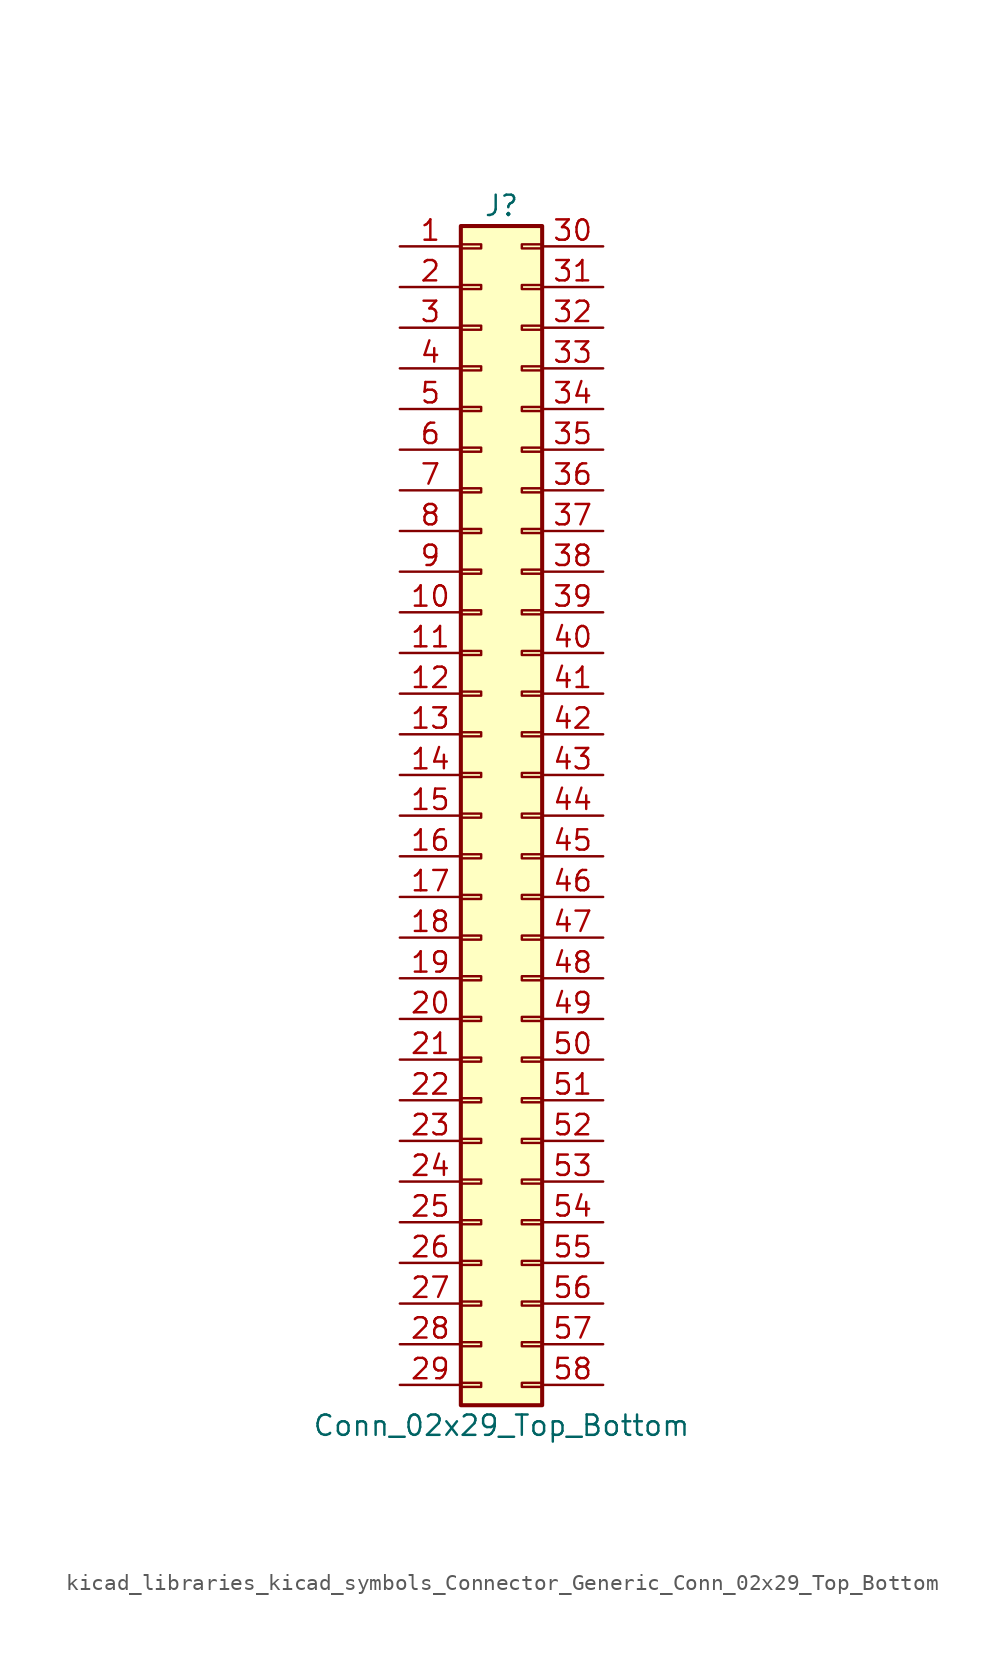
<source format=kicad_sym>
(kicad_symbol_lib
  (version 20220914)
  (generator kicad_symbol_editor)
  (symbol "kicad_libraries_kicad_symbols_Connector_Generic_Conn_02x29_Top_Bottom"
    (pin_names
      (offset 1.016) hide)
    (property "Reference" "J"
      (at 1.27 38.1 0)
      (effects (font (size 1.27 1.27))))
    (property "Value" "Conn_02x29_Top_Bottom"
      (at 1.27 -38.1 0)
      (effects (font (size 1.27 1.27))))
    (symbol "kicad_libraries_kicad_symbols_Connector_Generic_Conn_02x29_Top_Bottom_1_1"
      (rectangle (start -1.27 -35.433) (end 0 -35.687) (stroke (width 0.152) (type default)) (fill (type none)))
      (rectangle (start -1.27 -32.893) (end 0 -33.147) (stroke (width 0.152) (type default)) (fill (type none)))
      (rectangle (start -1.27 -30.353) (end 0 -30.607) (stroke (width 0.152) (type default)) (fill (type none)))
      (rectangle (start -1.27 -27.813) (end 0 -28.067) (stroke (width 0.152) (type default)) (fill (type none)))
      (rectangle (start -1.27 -25.273) (end 0 -25.527) (stroke (width 0.152) (type default)) (fill (type none)))
      (rectangle (start -1.27 -22.733) (end 0 -22.987) (stroke (width 0.152) (type default)) (fill (type none)))
      (rectangle (start -1.27 -20.193) (end 0 -20.447) (stroke (width 0.152) (type default)) (fill (type none)))
      (rectangle (start -1.27 -17.653) (end 0 -17.907) (stroke (width 0.152) (type default)) (fill (type none)))
      (rectangle (start -1.27 -15.113) (end 0 -15.367) (stroke (width 0.152) (type default)) (fill (type none)))
      (rectangle (start -1.27 -12.573) (end 0 -12.827) (stroke (width 0.152) (type default)) (fill (type none)))
      (rectangle (start -1.27 -10.033) (end 0 -10.287) (stroke (width 0.152) (type default)) (fill (type none)))
      (rectangle (start -1.27 -7.493) (end 0 -7.747) (stroke (width 0.152) (type default)) (fill (type none)))
      (rectangle (start -1.27 -4.953) (end 0 -5.207) (stroke (width 0.152) (type default)) (fill (type none)))
      (rectangle (start -1.27 -2.413) (end 0 -2.667) (stroke (width 0.152) (type default)) (fill (type none)))
      (rectangle (start -1.27 0.127) (end 0 -0.127) (stroke (width 0.152) (type default)) (fill (type none)))
      (rectangle (start -1.27 2.667) (end 0 2.413) (stroke (width 0.152) (type default)) (fill (type none)))
      (rectangle (start -1.27 5.207) (end 0 4.953) (stroke (width 0.152) (type default)) (fill (type none)))
      (rectangle (start -1.27 7.747) (end 0 7.493) (stroke (width 0.152) (type default)) (fill (type none)))
      (rectangle (start -1.27 10.287) (end 0 10.033) (stroke (width 0.152) (type default)) (fill (type none)))
      (rectangle (start -1.27 12.827) (end 0 12.573) (stroke (width 0.152) (type default)) (fill (type none)))
      (rectangle (start -1.27 15.367) (end 0 15.113) (stroke (width 0.152) (type default)) (fill (type none)))
      (rectangle (start -1.27 17.907) (end 0 17.653) (stroke (width 0.152) (type default)) (fill (type none)))
      (rectangle (start -1.27 20.447) (end 0 20.193) (stroke (width 0.152) (type default)) (fill (type none)))
      (rectangle (start -1.27 22.987) (end 0 22.733) (stroke (width 0.152) (type default)) (fill (type none)))
      (rectangle (start -1.27 25.527) (end 0 25.273) (stroke (width 0.152) (type default)) (fill (type none)))
      (rectangle (start -1.27 28.067) (end 0 27.813) (stroke (width 0.152) (type default)) (fill (type none)))
      (rectangle (start -1.27 30.607) (end 0 30.353) (stroke (width 0.152) (type default)) (fill (type none)))
      (rectangle (start -1.27 33.147) (end 0 32.893) (stroke (width 0.152) (type default)) (fill (type none)))
      (rectangle (start -1.27 35.687) (end 0 35.433) (stroke (width 0.152) (type default)) (fill (type none)))
      (rectangle (start -1.27 36.83) (end 3.81 -36.83) (stroke (width 0.254) (type default)) (fill (type background)))
      (rectangle (start 3.81 -35.433) (end 2.54 -35.687) (stroke (width 0.152) (type default)) (fill (type none)))
      (rectangle (start 3.81 -32.893) (end 2.54 -33.147) (stroke (width 0.152) (type default)) (fill (type none)))
      (rectangle (start 3.81 -30.353) (end 2.54 -30.607) (stroke (width 0.152) (type default)) (fill (type none)))
      (rectangle (start 3.81 -27.813) (end 2.54 -28.067) (stroke (width 0.152) (type default)) (fill (type none)))
      (rectangle (start 3.81 -25.273) (end 2.54 -25.527) (stroke (width 0.152) (type default)) (fill (type none)))
      (rectangle (start 3.81 -22.733) (end 2.54 -22.987) (stroke (width 0.152) (type default)) (fill (type none)))
      (rectangle (start 3.81 -20.193) (end 2.54 -20.447) (stroke (width 0.152) (type default)) (fill (type none)))
      (rectangle (start 3.81 -17.653) (end 2.54 -17.907) (stroke (width 0.152) (type default)) (fill (type none)))
      (rectangle (start 3.81 -15.113) (end 2.54 -15.367) (stroke (width 0.152) (type default)) (fill (type none)))
      (rectangle (start 3.81 -12.573) (end 2.54 -12.827) (stroke (width 0.152) (type default)) (fill (type none)))
      (rectangle (start 3.81 -10.033) (end 2.54 -10.287) (stroke (width 0.152) (type default)) (fill (type none)))
      (rectangle (start 3.81 -7.493) (end 2.54 -7.747) (stroke (width 0.152) (type default)) (fill (type none)))
      (rectangle (start 3.81 -4.953) (end 2.54 -5.207) (stroke (width 0.152) (type default)) (fill (type none)))
      (rectangle (start 3.81 -2.413) (end 2.54 -2.667) (stroke (width 0.152) (type default)) (fill (type none)))
      (rectangle (start 3.81 0.127) (end 2.54 -0.127) (stroke (width 0.152) (type default)) (fill (type none)))
      (rectangle (start 3.81 2.667) (end 2.54 2.413) (stroke (width 0.152) (type default)) (fill (type none)))
      (rectangle (start 3.81 5.207) (end 2.54 4.953) (stroke (width 0.152) (type default)) (fill (type none)))
      (rectangle (start 3.81 7.747) (end 2.54 7.493) (stroke (width 0.152) (type default)) (fill (type none)))
      (rectangle (start 3.81 10.287) (end 2.54 10.033) (stroke (width 0.152) (type default)) (fill (type none)))
      (rectangle (start 3.81 12.827) (end 2.54 12.573) (stroke (width 0.152) (type default)) (fill (type none)))
      (rectangle (start 3.81 15.367) (end 2.54 15.113) (stroke (width 0.152) (type default)) (fill (type none)))
      (rectangle (start 3.81 17.907) (end 2.54 17.653) (stroke (width 0.152) (type default)) (fill (type none)))
      (rectangle (start 3.81 20.447) (end 2.54 20.193) (stroke (width 0.152) (type default)) (fill (type none)))
      (rectangle (start 3.81 22.987) (end 2.54 22.733) (stroke (width 0.152) (type default)) (fill (type none)))
      (rectangle (start 3.81 25.527) (end 2.54 25.273) (stroke (width 0.152) (type default)) (fill (type none)))
      (rectangle (start 3.81 28.067) (end 2.54 27.813) (stroke (width 0.152) (type default)) (fill (type none)))
      (rectangle (start 3.81 30.607) (end 2.54 30.353) (stroke (width 0.152) (type default)) (fill (type none)))
      (rectangle (start 3.81 33.147) (end 2.54 32.893) (stroke (width 0.152) (type default)) (fill (type none)))
      (rectangle (start 3.81 35.687) (end 2.54 35.433) (stroke (width 0.152) (type default)) (fill (type none)))
      (pin passive line (at -5.08 35.56 0) (length 3.81) (name "Pin_1" (effects (font (size 1.27 1.27)))) (number "1" (effects (font (size 1.27 1.27)))))
      (pin passive line (at -5.08 12.7 0) (length 3.81) (name "Pin_10" (effects (font (size 1.27 1.27)))) (number "10" (effects (font (size 1.27 1.27)))))
      (pin passive line (at -5.08 10.16 0) (length 3.81) (name "Pin_11" (effects (font (size 1.27 1.27)))) (number "11" (effects (font (size 1.27 1.27)))))
      (pin passive line (at -5.08 7.62 0) (length 3.81) (name "Pin_12" (effects (font (size 1.27 1.27)))) (number "12" (effects (font (size 1.27 1.27)))))
      (pin passive line (at -5.08 5.08 0) (length 3.81) (name "Pin_13" (effects (font (size 1.27 1.27)))) (number "13" (effects (font (size 1.27 1.27)))))
      (pin passive line (at -5.08 2.54 0) (length 3.81) (name "Pin_14" (effects (font (size 1.27 1.27)))) (number "14" (effects (font (size 1.27 1.27)))))
      (pin passive line (at -5.08 0 0) (length 3.81) (name "Pin_15" (effects (font (size 1.27 1.27)))) (number "15" (effects (font (size 1.27 1.27)))))
      (pin passive line (at -5.08 -2.54 0) (length 3.81) (name "Pin_16" (effects (font (size 1.27 1.27)))) (number "16" (effects (font (size 1.27 1.27)))))
      (pin passive line (at -5.08 -5.08 0) (length 3.81) (name "Pin_17" (effects (font (size 1.27 1.27)))) (number "17" (effects (font (size 1.27 1.27)))))
      (pin passive line (at -5.08 -7.62 0) (length 3.81) (name "Pin_18" (effects (font (size 1.27 1.27)))) (number "18" (effects (font (size 1.27 1.27)))))
      (pin passive line (at -5.08 -10.16 0) (length 3.81) (name "Pin_19" (effects (font (size 1.27 1.27)))) (number "19" (effects (font (size 1.27 1.27)))))
      (pin passive line (at -5.08 33.02 0) (length 3.81) (name "Pin_2" (effects (font (size 1.27 1.27)))) (number "2" (effects (font (size 1.27 1.27)))))
      (pin passive line (at -5.08 -12.7 0) (length 3.81) (name "Pin_20" (effects (font (size 1.27 1.27)))) (number "20" (effects (font (size 1.27 1.27)))))
      (pin passive line (at -5.08 -15.24 0) (length 3.81) (name "Pin_21" (effects (font (size 1.27 1.27)))) (number "21" (effects (font (size 1.27 1.27)))))
      (pin passive line (at -5.08 -17.78 0) (length 3.81) (name "Pin_22" (effects (font (size 1.27 1.27)))) (number "22" (effects (font (size 1.27 1.27)))))
      (pin passive line (at -5.08 -20.32 0) (length 3.81) (name "Pin_23" (effects (font (size 1.27 1.27)))) (number "23" (effects (font (size 1.27 1.27)))))
      (pin passive line (at -5.08 -22.86 0) (length 3.81) (name "Pin_24" (effects (font (size 1.27 1.27)))) (number "24" (effects (font (size 1.27 1.27)))))
      (pin passive line (at -5.08 -25.4 0) (length 3.81) (name "Pin_25" (effects (font (size 1.27 1.27)))) (number "25" (effects (font (size 1.27 1.27)))))
      (pin passive line (at -5.08 -27.94 0) (length 3.81) (name "Pin_26" (effects (font (size 1.27 1.27)))) (number "26" (effects (font (size 1.27 1.27)))))
      (pin passive line (at -5.08 -30.48 0) (length 3.81) (name "Pin_27" (effects (font (size 1.27 1.27)))) (number "27" (effects (font (size 1.27 1.27)))))
      (pin passive line (at -5.08 -33.02 0) (length 3.81) (name "Pin_28" (effects (font (size 1.27 1.27)))) (number "28" (effects (font (size 1.27 1.27)))))
      (pin passive line (at -5.08 -35.56 0) (length 3.81) (name "Pin_29" (effects (font (size 1.27 1.27)))) (number "29" (effects (font (size 1.27 1.27)))))
      (pin passive line (at -5.08 30.48 0) (length 3.81) (name "Pin_3" (effects (font (size 1.27 1.27)))) (number "3" (effects (font (size 1.27 1.27)))))
      (pin passive line (at 7.62 35.56 180) (length 3.81) (name "Pin_30" (effects (font (size 1.27 1.27)))) (number "30" (effects (font (size 1.27 1.27)))))
      (pin passive line (at 7.62 33.02 180) (length 3.81) (name "Pin_31" (effects (font (size 1.27 1.27)))) (number "31" (effects (font (size 1.27 1.27)))))
      (pin passive line (at 7.62 30.48 180) (length 3.81) (name "Pin_32" (effects (font (size 1.27 1.27)))) (number "32" (effects (font (size 1.27 1.27)))))
      (pin passive line (at 7.62 27.94 180) (length 3.81) (name "Pin_33" (effects (font (size 1.27 1.27)))) (number "33" (effects (font (size 1.27 1.27)))))
      (pin passive line (at 7.62 25.4 180) (length 3.81) (name "Pin_34" (effects (font (size 1.27 1.27)))) (number "34" (effects (font (size 1.27 1.27)))))
      (pin passive line (at 7.62 22.86 180) (length 3.81) (name "Pin_35" (effects (font (size 1.27 1.27)))) (number "35" (effects (font (size 1.27 1.27)))))
      (pin passive line (at 7.62 20.32 180) (length 3.81) (name "Pin_36" (effects (font (size 1.27 1.27)))) (number "36" (effects (font (size 1.27 1.27)))))
      (pin passive line (at 7.62 17.78 180) (length 3.81) (name "Pin_37" (effects (font (size 1.27 1.27)))) (number "37" (effects (font (size 1.27 1.27)))))
      (pin passive line (at 7.62 15.24 180) (length 3.81) (name "Pin_38" (effects (font (size 1.27 1.27)))) (number "38" (effects (font (size 1.27 1.27)))))
      (pin passive line (at 7.62 12.7 180) (length 3.81) (name "Pin_39" (effects (font (size 1.27 1.27)))) (number "39" (effects (font (size 1.27 1.27)))))
      (pin passive line (at -5.08 27.94 0) (length 3.81) (name "Pin_4" (effects (font (size 1.27 1.27)))) (number "4" (effects (font (size 1.27 1.27)))))
      (pin passive line (at 7.62 10.16 180) (length 3.81) (name "Pin_40" (effects (font (size 1.27 1.27)))) (number "40" (effects (font (size 1.27 1.27)))))
      (pin passive line (at 7.62 7.62 180) (length 3.81) (name "Pin_41" (effects (font (size 1.27 1.27)))) (number "41" (effects (font (size 1.27 1.27)))))
      (pin passive line (at 7.62 5.08 180) (length 3.81) (name "Pin_42" (effects (font (size 1.27 1.27)))) (number "42" (effects (font (size 1.27 1.27)))))
      (pin passive line (at 7.62 2.54 180) (length 3.81) (name "Pin_43" (effects (font (size 1.27 1.27)))) (number "43" (effects (font (size 1.27 1.27)))))
      (pin passive line (at 7.62 0 180) (length 3.81) (name "Pin_44" (effects (font (size 1.27 1.27)))) (number "44" (effects (font (size 1.27 1.27)))))
      (pin passive line (at 7.62 -2.54 180) (length 3.81) (name "Pin_45" (effects (font (size 1.27 1.27)))) (number "45" (effects (font (size 1.27 1.27)))))
      (pin passive line (at 7.62 -5.08 180) (length 3.81) (name "Pin_46" (effects (font (size 1.27 1.27)))) (number "46" (effects (font (size 1.27 1.27)))))
      (pin passive line (at 7.62 -7.62 180) (length 3.81) (name "Pin_47" (effects (font (size 1.27 1.27)))) (number "47" (effects (font (size 1.27 1.27)))))
      (pin passive line (at 7.62 -10.16 180) (length 3.81) (name "Pin_48" (effects (font (size 1.27 1.27)))) (number "48" (effects (font (size 1.27 1.27)))))
      (pin passive line (at 7.62 -12.7 180) (length 3.81) (name "Pin_49" (effects (font (size 1.27 1.27)))) (number "49" (effects (font (size 1.27 1.27)))))
      (pin passive line (at -5.08 25.4 0) (length 3.81) (name "Pin_5" (effects (font (size 1.27 1.27)))) (number "5" (effects (font (size 1.27 1.27)))))
      (pin passive line (at 7.62 -15.24 180) (length 3.81) (name "Pin_50" (effects (font (size 1.27 1.27)))) (number "50" (effects (font (size 1.27 1.27)))))
      (pin passive line (at 7.62 -17.78 180) (length 3.81) (name "Pin_51" (effects (font (size 1.27 1.27)))) (number "51" (effects (font (size 1.27 1.27)))))
      (pin passive line (at 7.62 -20.32 180) (length 3.81) (name "Pin_52" (effects (font (size 1.27 1.27)))) (number "52" (effects (font (size 1.27 1.27)))))
      (pin passive line (at 7.62 -22.86 180) (length 3.81) (name "Pin_53" (effects (font (size 1.27 1.27)))) (number "53" (effects (font (size 1.27 1.27)))))
      (pin passive line (at 7.62 -25.4 180) (length 3.81) (name "Pin_54" (effects (font (size 1.27 1.27)))) (number "54" (effects (font (size 1.27 1.27)))))
      (pin passive line (at 7.62 -27.94 180) (length 3.81) (name "Pin_55" (effects (font (size 1.27 1.27)))) (number "55" (effects (font (size 1.27 1.27)))))
      (pin passive line (at 7.62 -30.48 180) (length 3.81) (name "Pin_56" (effects (font (size 1.27 1.27)))) (number "56" (effects (font (size 1.27 1.27)))))
      (pin passive line (at 7.62 -33.02 180) (length 3.81) (name "Pin_57" (effects (font (size 1.27 1.27)))) (number "57" (effects (font (size 1.27 1.27)))))
      (pin passive line (at 7.62 -35.56 180) (length 3.81) (name "Pin_58" (effects (font (size 1.27 1.27)))) (number "58" (effects (font (size 1.27 1.27)))))
      (pin passive line (at -5.08 22.86 0) (length 3.81) (name "Pin_6" (effects (font (size 1.27 1.27)))) (number "6" (effects (font (size 1.27 1.27)))))
      (pin passive line (at -5.08 20.32 0) (length 3.81) (name "Pin_7" (effects (font (size 1.27 1.27)))) (number "7" (effects (font (size 1.27 1.27)))))
      (pin passive line (at -5.08 17.78 0) (length 3.81) (name "Pin_8" (effects (font (size 1.27 1.27)))) (number "8" (effects (font (size 1.27 1.27)))))
      (pin passive line (at -5.08 15.24 0) (length 3.81) (name "Pin_9" (effects (font (size 1.27 1.27)))) (number "9" (effects (font (size 1.27 1.27))))))))
</source>
